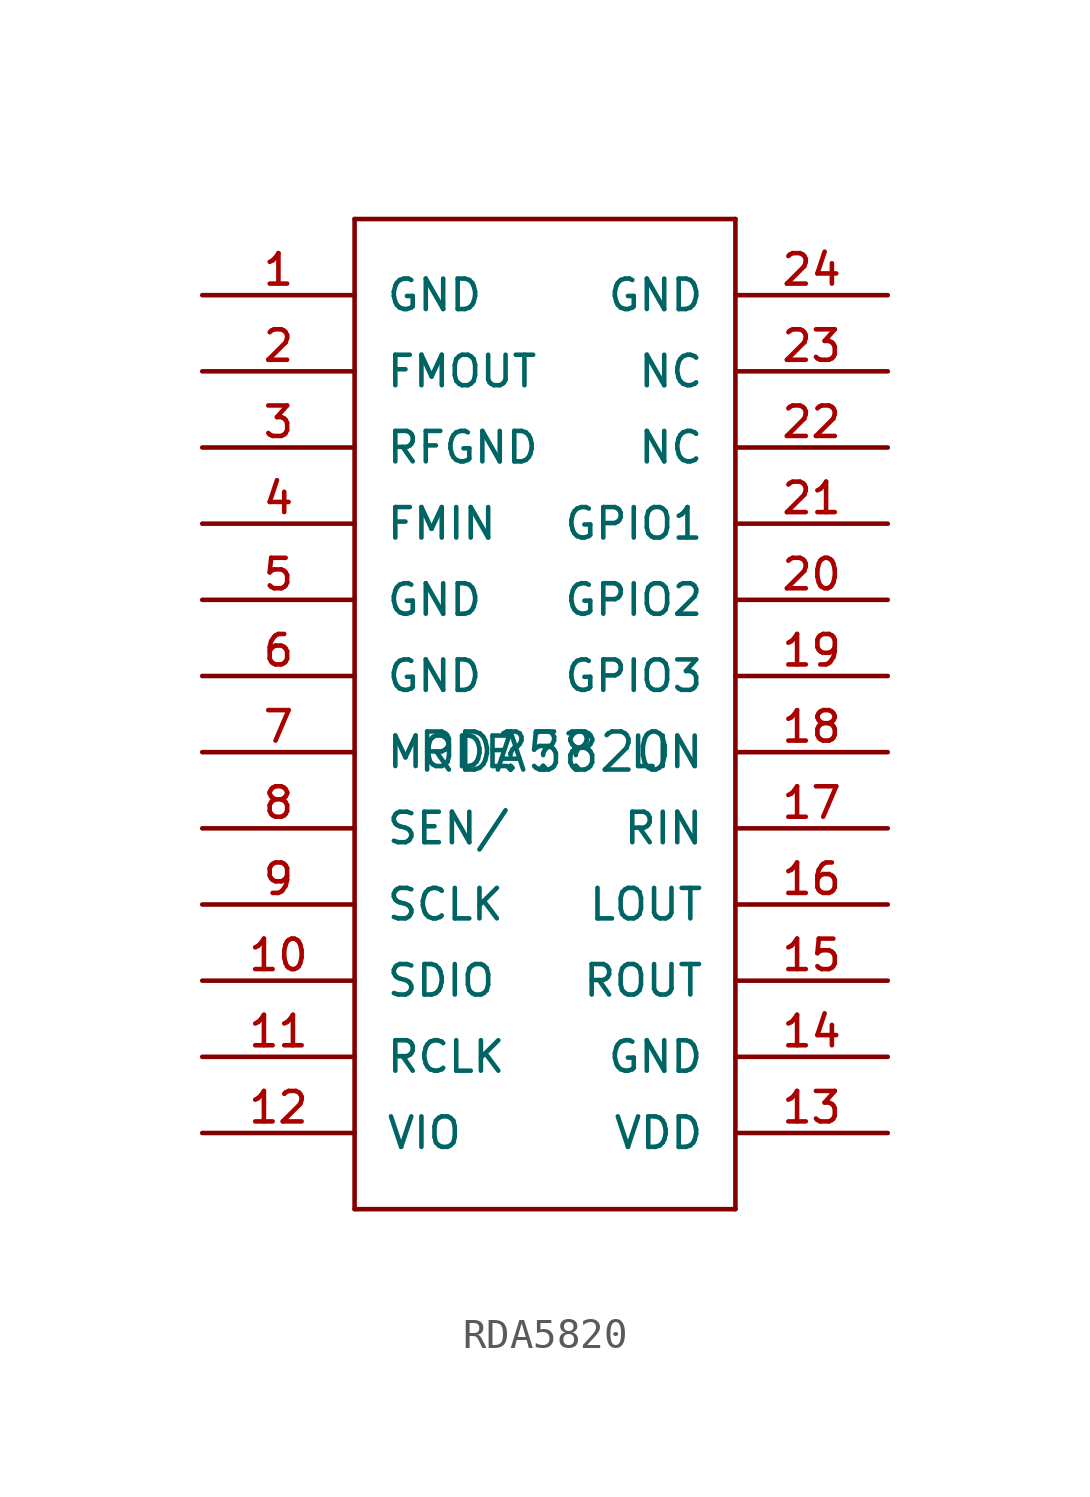
<source format=kicad_sym>
(kicad_symbol_lib
  (version 20211014)
  (generator kicad_symbol_editor)
  (symbol "RDA5820"
    (pin_names
      (offset 1.016))
    (property "Reference" "??"
      (at 0 0 0)
      (effects (font (size 1.27 1.27))))
    (property "Value" "RDA5820"
      (at 0 0 0)
      (effects (font (size 1.27 1.27))))
    (property "ki_locked" ""
      (at 0 0 0)
      (effects (font (size 1.27 1.27))))
    (symbol "RDA5820_1_0"
      (polyline (pts (xy -6.35 -15.24) (xy 6.35 -15.24)) (stroke (width 0) (type default) (color 0 0 0 0)) (fill (type none)))
      (polyline (pts (xy -6.35 17.78) (xy -6.35 -15.24)) (stroke (width 0) (type default) (color 0 0 0 0)) (fill (type none)))
      (polyline (pts (xy 6.35 -15.24) (xy 6.35 17.78)) (stroke (width 0) (type default) (color 0 0 0 0)) (fill (type none)))
      (polyline (pts (xy 6.35 17.78) (xy -6.35 17.78)) (stroke (width 0) (type default) (color 0 0 0 0)) (fill (type none))))
    (symbol "RDA5820_1_1"
      (pin bidirectional line (at -11.43 15.24 0) (length 5.08) (name "GND" (effects (font (size 1.016 1.016)))) (number "1" (effects (font (size 1.016 1.016)))))
      (pin bidirectional line (at -11.43 -7.62 0) (length 5.08) (name "SDIO" (effects (font (size 1.016 1.016)))) (number "10" (effects (font (size 1.016 1.016)))))
      (pin bidirectional line (at -11.43 -10.16 0) (length 5.08) (name "RCLK" (effects (font (size 1.016 1.016)))) (number "11" (effects (font (size 1.016 1.016)))))
      (pin bidirectional line (at -11.43 -12.7 0) (length 5.08) (name "VIO" (effects (font (size 1.016 1.016)))) (number "12" (effects (font (size 1.016 1.016)))))
      (pin bidirectional line (at 11.43 -12.7 180) (length 5.08) (name "VDD" (effects (font (size 1.016 1.016)))) (number "13" (effects (font (size 1.016 1.016)))))
      (pin bidirectional line (at 11.43 -10.16 180) (length 5.08) (name "GND" (effects (font (size 1.016 1.016)))) (number "14" (effects (font (size 1.016 1.016)))))
      (pin bidirectional line (at 11.43 -7.62 180) (length 5.08) (name "ROUT" (effects (font (size 1.016 1.016)))) (number "15" (effects (font (size 1.016 1.016)))))
      (pin bidirectional line (at 11.43 -5.08 180) (length 5.08) (name "LOUT" (effects (font (size 1.016 1.016)))) (number "16" (effects (font (size 1.016 1.016)))))
      (pin bidirectional line (at 11.43 -2.54 180) (length 5.08) (name "RIN" (effects (font (size 1.016 1.016)))) (number "17" (effects (font (size 1.016 1.016)))))
      (pin bidirectional line (at 11.43 0 180) (length 5.08) (name "LIN" (effects (font (size 1.016 1.016)))) (number "18" (effects (font (size 1.016 1.016)))))
      (pin bidirectional line (at 11.43 2.54 180) (length 5.08) (name "GPIO3" (effects (font (size 1.016 1.016)))) (number "19" (effects (font (size 1.016 1.016)))))
      (pin bidirectional line (at -11.43 12.7 0) (length 5.08) (name "FMOUT" (effects (font (size 1.016 1.016)))) (number "2" (effects (font (size 1.016 1.016)))))
      (pin bidirectional line (at 11.43 5.08 180) (length 5.08) (name "GPIO2" (effects (font (size 1.016 1.016)))) (number "20" (effects (font (size 1.016 1.016)))))
      (pin bidirectional line (at 11.43 7.62 180) (length 5.08) (name "GPIO1" (effects (font (size 1.016 1.016)))) (number "21" (effects (font (size 1.016 1.016)))))
      (pin bidirectional line (at 11.43 10.16 180) (length 5.08) (name "NC" (effects (font (size 1.016 1.016)))) (number "22" (effects (font (size 1.016 1.016)))))
      (pin bidirectional line (at 11.43 12.7 180) (length 5.08) (name "NC" (effects (font (size 1.016 1.016)))) (number "23" (effects (font (size 1.016 1.016)))))
      (pin bidirectional line (at 11.43 15.24 180) (length 5.08) (name "GND" (effects (font (size 1.016 1.016)))) (number "24" (effects (font (size 1.016 1.016)))))
      (pin bidirectional line (at -11.43 10.16 0) (length 5.08) (name "RFGND" (effects (font (size 1.016 1.016)))) (number "3" (effects (font (size 1.016 1.016)))))
      (pin bidirectional line (at -11.43 7.62 0) (length 5.08) (name "FMIN" (effects (font (size 1.016 1.016)))) (number "4" (effects (font (size 1.016 1.016)))))
      (pin bidirectional line (at -11.43 5.08 0) (length 5.08) (name "GND" (effects (font (size 1.016 1.016)))) (number "5" (effects (font (size 1.016 1.016)))))
      (pin bidirectional line (at -11.43 2.54 0) (length 5.08) (name "GND" (effects (font (size 1.016 1.016)))) (number "6" (effects (font (size 1.016 1.016)))))
      (pin bidirectional line (at -11.43 0 0) (length 5.08) (name "MODE" (effects (font (size 1.016 1.016)))) (number "7" (effects (font (size 1.016 1.016)))))
      (pin bidirectional line (at -11.43 -2.54 0) (length 5.08) (name "SEN/" (effects (font (size 1.016 1.016)))) (number "8" (effects (font (size 1.016 1.016)))))
      (pin bidirectional line (at -11.43 -5.08 0) (length 5.08) (name "SCLK" (effects (font (size 1.016 1.016)))) (number "9" (effects (font (size 1.016 1.016))))))))
</source>
